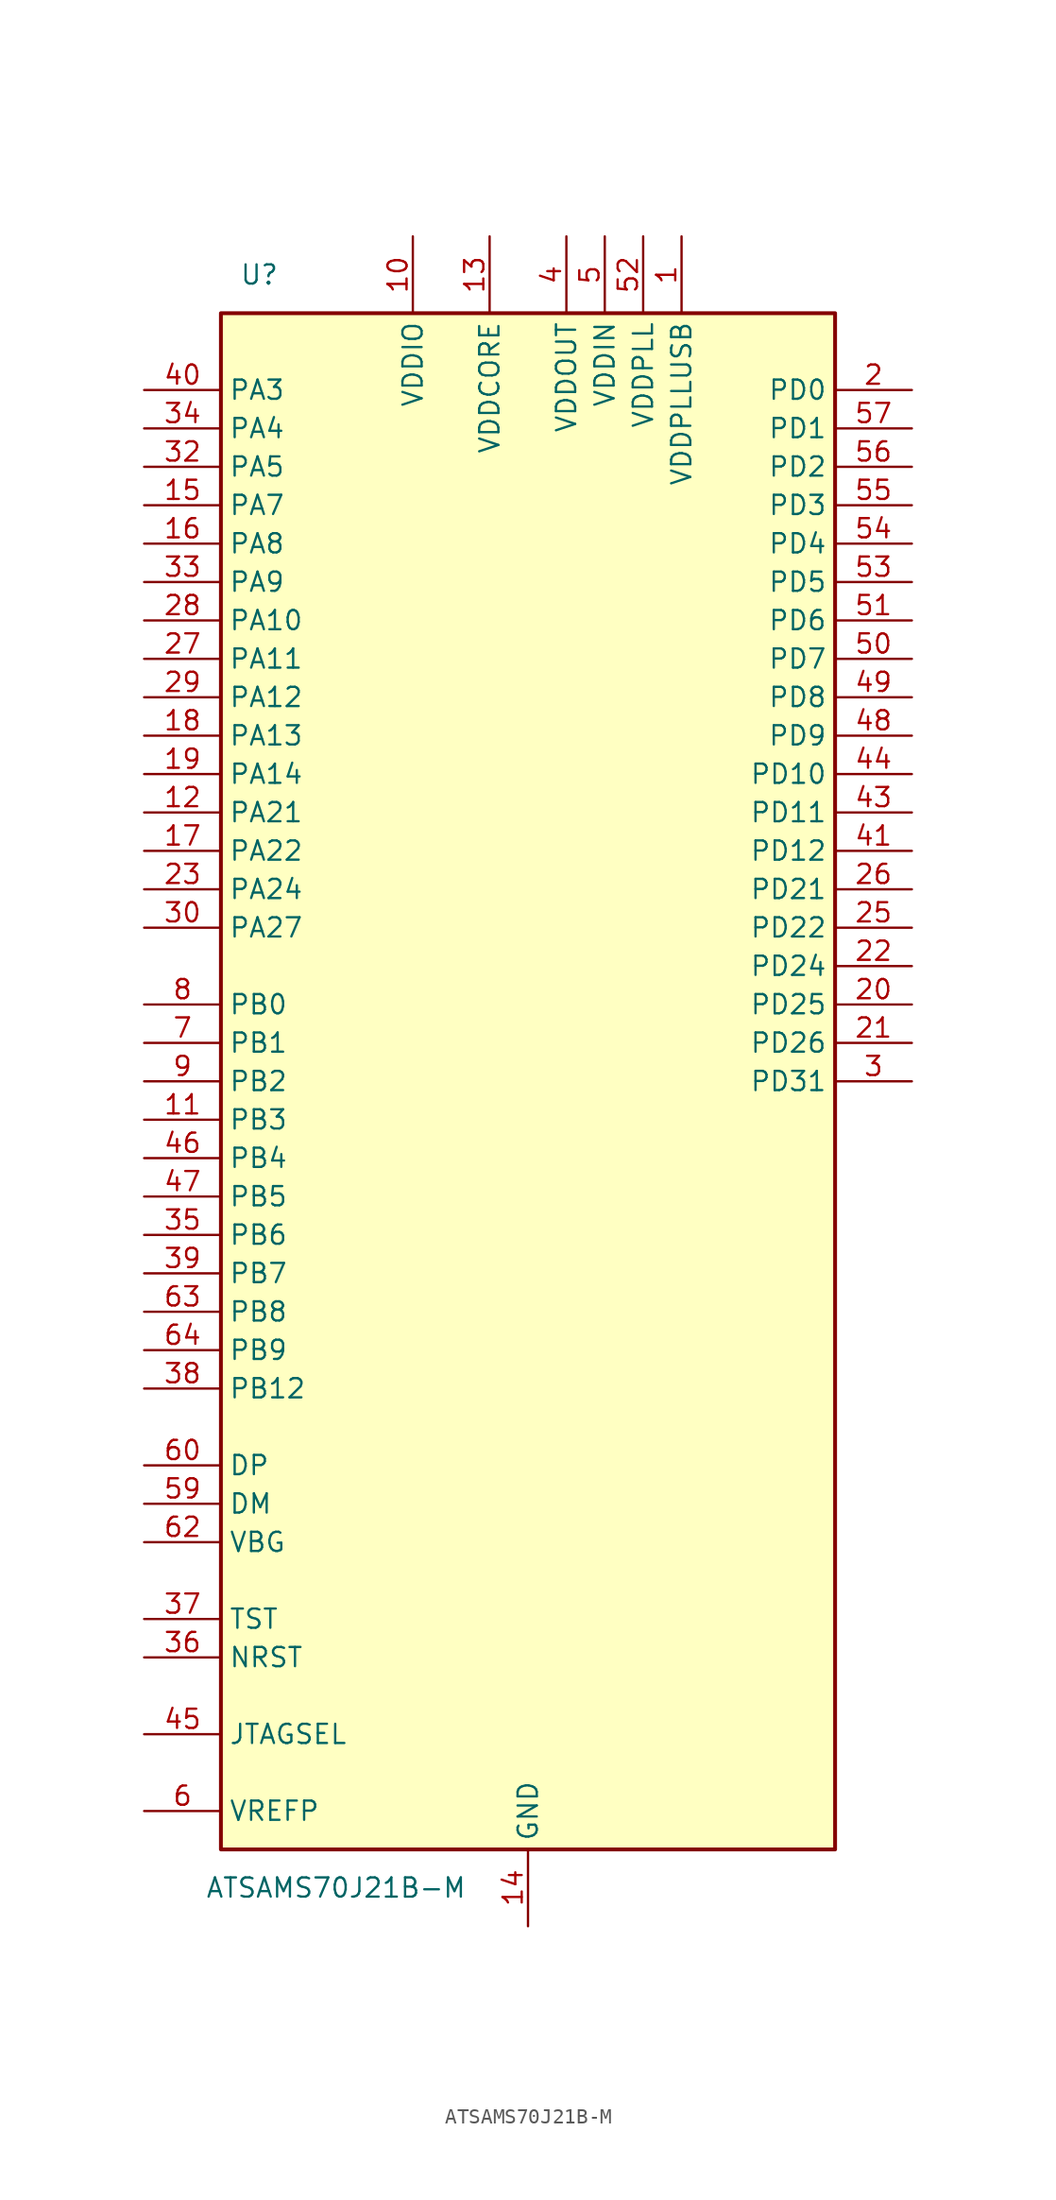
<source format=kicad_sym>
(kicad_symbol_lib
  (version 20201005)
  (generator kicad_symbol_editor)
  (symbol "mcu:ATSAMS70J21B-M"
    (property "Reference" "U"
      (at -17.78 53.34 0)
      (effects (font (size 1.27 1.27))))
    (property "Value" "ATSAMS70J21B-M"
      (at -12.7 -53.34 0)
      (effects (font (size 1.27 1.27))))
    (symbol "ATSAMS70J21B-M_1_1"
      (rectangle (start -20.32 50.8) (end 20.32 -50.8) (stroke (width 0.254)) (fill (type background)))
      (pin power_in line (at 10.16 55.88 270) (length 5.08) (name "VDDPLLUSB" (effects (font (size 1.27 1.27)))) (number "1" (effects (font (size 1.27 1.27)))))
      (pin power_in line (at -7.62 55.88 270) (length 5.08) (name "VDDIO" (effects (font (size 1.27 1.27)))) (number "10" (effects (font (size 1.27 1.27)))))
      (pin bidirectional line (at -25.4 -2.54 0) (length 5.08) (name "PB3" (effects (font (size 1.27 1.27)))) (number "11" (effects (font (size 1.27 1.27)))))
      (pin bidirectional line (at -25.4 17.78 0) (length 5.08) (name "PA21" (effects (font (size 1.27 1.27)))) (number "12" (effects (font (size 1.27 1.27)))))
      (pin power_in line (at -2.54 55.88 270) (length 5.08) (name "VDDCORE" (effects (font (size 1.27 1.27)))) (number "13" (effects (font (size 1.27 1.27)))))
      (pin power_in line (at 0 -55.88 90) (length 5.08) (name "GND" (effects (font (size 1.27 1.27)))) (number "14" (effects (font (size 1.27 1.27)))))
      (pin bidirectional line (at -25.4 38.1 0) (length 5.08) (name "PA7" (effects (font (size 1.27 1.27)))) (number "15" (effects (font (size 1.27 1.27)))))
      (pin bidirectional line (at -25.4 35.56 0) (length 5.08) (name "PA8" (effects (font (size 1.27 1.27)))) (number "16" (effects (font (size 1.27 1.27)))))
      (pin bidirectional line (at -25.4 15.24 0) (length 5.08) (name "PA22" (effects (font (size 1.27 1.27)))) (number "17" (effects (font (size 1.27 1.27)))))
      (pin bidirectional line (at -25.4 22.86 0) (length 5.08) (name "PA13" (effects (font (size 1.27 1.27)))) (number "18" (effects (font (size 1.27 1.27)))))
      (pin bidirectional line (at -25.4 20.32 0) (length 5.08) (name "PA14" (effects (font (size 1.27 1.27)))) (number "19" (effects (font (size 1.27 1.27)))))
      (pin bidirectional line (at 25.4 45.72 180) (length 5.08) (name "PD0" (effects (font (size 1.27 1.27)))) (number "2" (effects (font (size 1.27 1.27)))))
      (pin bidirectional line (at 25.4 5.08 180) (length 5.08) (name "PD25" (effects (font (size 1.27 1.27)))) (number "20" (effects (font (size 1.27 1.27)))))
      (pin bidirectional line (at 25.4 2.54 180) (length 5.08) (name "PD26" (effects (font (size 1.27 1.27)))) (number "21" (effects (font (size 1.27 1.27)))))
      (pin bidirectional line (at 25.4 7.62 180) (length 5.08) (name "PD24" (effects (font (size 1.27 1.27)))) (number "22" (effects (font (size 1.27 1.27)))))
      (pin bidirectional line (at -25.4 12.7 0) (length 5.08) (name "PA24" (effects (font (size 1.27 1.27)))) (number "23" (effects (font (size 1.27 1.27)))))
      (pin passive line (at -2.54 55.88 270) (length 5.08) hide (name "VDDCORE" (effects (font (size 1.27 1.27)))) (number "24" (effects (font (size 1.27 1.27)))))
      (pin bidirectional line (at 25.4 10.16 180) (length 5.08) (name "PD22" (effects (font (size 1.27 1.27)))) (number "25" (effects (font (size 1.27 1.27)))))
      (pin bidirectional line (at 25.4 12.7 180) (length 5.08) (name "PD21" (effects (font (size 1.27 1.27)))) (number "26" (effects (font (size 1.27 1.27)))))
      (pin bidirectional line (at -25.4 27.94 0) (length 5.08) (name "PA11" (effects (font (size 1.27 1.27)))) (number "27" (effects (font (size 1.27 1.27)))))
      (pin bidirectional line (at -25.4 30.48 0) (length 5.08) (name "PA10" (effects (font (size 1.27 1.27)))) (number "28" (effects (font (size 1.27 1.27)))))
      (pin bidirectional line (at -25.4 25.4 0) (length 5.08) (name "PA12" (effects (font (size 1.27 1.27)))) (number "29" (effects (font (size 1.27 1.27)))))
      (pin bidirectional line (at 25.4 0 180) (length 5.08) (name "PD31" (effects (font (size 1.27 1.27)))) (number "3" (effects (font (size 1.27 1.27)))))
      (pin bidirectional line (at -25.4 10.16 0) (length 5.08) (name "PA27" (effects (font (size 1.27 1.27)))) (number "30" (effects (font (size 1.27 1.27)))))
      (pin passive line (at 0 -55.88 90) (length 5.08) hide (name "GND" (effects (font (size 1.27 1.27)))) (number "31" (effects (font (size 1.27 1.27)))))
      (pin bidirectional line (at -25.4 40.64 0) (length 5.08) (name "PA5" (effects (font (size 1.27 1.27)))) (number "32" (effects (font (size 1.27 1.27)))))
      (pin bidirectional line (at -25.4 33.02 0) (length 5.08) (name "PA9" (effects (font (size 1.27 1.27)))) (number "33" (effects (font (size 1.27 1.27)))))
      (pin bidirectional line (at -25.4 43.18 0) (length 5.08) (name "PA4" (effects (font (size 1.27 1.27)))) (number "34" (effects (font (size 1.27 1.27)))))
      (pin bidirectional line (at -25.4 -10.16 0) (length 5.08) (name "PB6" (effects (font (size 1.27 1.27)))) (number "35" (effects (font (size 1.27 1.27)))))
      (pin bidirectional line (at -25.4 -38.1 0) (length 5.08) (name "NRST" (effects (font (size 1.27 1.27)))) (number "36" (effects (font (size 1.27 1.27)))))
      (pin input line (at -25.4 -35.56 0) (length 5.08) (name "TST" (effects (font (size 1.27 1.27)))) (number "37" (effects (font (size 1.27 1.27)))))
      (pin bidirectional line (at -25.4 -20.32 0) (length 5.08) (name "PB12" (effects (font (size 1.27 1.27)))) (number "38" (effects (font (size 1.27 1.27)))))
      (pin bidirectional line (at -25.4 -12.7 0) (length 5.08) (name "PB7" (effects (font (size 1.27 1.27)))) (number "39" (effects (font (size 1.27 1.27)))))
      (pin power_in line (at 2.54 55.88 270) (length 5.08) (name "VDDOUT" (effects (font (size 1.27 1.27)))) (number "4" (effects (font (size 1.27 1.27)))))
      (pin bidirectional line (at -25.4 45.72 0) (length 5.08) (name "PA3" (effects (font (size 1.27 1.27)))) (number "40" (effects (font (size 1.27 1.27)))))
      (pin bidirectional line (at 25.4 15.24 180) (length 5.08) (name "PD12" (effects (font (size 1.27 1.27)))) (number "41" (effects (font (size 1.27 1.27)))))
      (pin passive line (at -7.62 55.88 270) (length 5.08) hide (name "VDDIO" (effects (font (size 1.27 1.27)))) (number "42" (effects (font (size 1.27 1.27)))))
      (pin bidirectional line (at 25.4 17.78 180) (length 5.08) (name "PD11" (effects (font (size 1.27 1.27)))) (number "43" (effects (font (size 1.27 1.27)))))
      (pin bidirectional line (at 25.4 20.32 180) (length 5.08) (name "PD10" (effects (font (size 1.27 1.27)))) (number "44" (effects (font (size 1.27 1.27)))))
      (pin input line (at -25.4 -43.18 0) (length 5.08) (name "JTAGSEL" (effects (font (size 1.27 1.27)))) (number "45" (effects (font (size 1.27 1.27)))))
      (pin bidirectional line (at -25.4 -5.08 0) (length 5.08) (name "PB4" (effects (font (size 1.27 1.27)))) (number "46" (effects (font (size 1.27 1.27)))))
      (pin bidirectional line (at -25.4 -7.62 0) (length 5.08) (name "PB5" (effects (font (size 1.27 1.27)))) (number "47" (effects (font (size 1.27 1.27)))))
      (pin bidirectional line (at 25.4 22.86 180) (length 5.08) (name "PD9" (effects (font (size 1.27 1.27)))) (number "48" (effects (font (size 1.27 1.27)))))
      (pin bidirectional line (at 25.4 25.4 180) (length 5.08) (name "PD8" (effects (font (size 1.27 1.27)))) (number "49" (effects (font (size 1.27 1.27)))))
      (pin power_in line (at 5.08 55.88 270) (length 5.08) (name "VDDIN" (effects (font (size 1.27 1.27)))) (number "5" (effects (font (size 1.27 1.27)))))
      (pin bidirectional line (at 25.4 27.94 180) (length 5.08) (name "PD7" (effects (font (size 1.27 1.27)))) (number "50" (effects (font (size 1.27 1.27)))))
      (pin bidirectional line (at 25.4 30.48 180) (length 5.08) (name "PD6" (effects (font (size 1.27 1.27)))) (number "51" (effects (font (size 1.27 1.27)))))
      (pin power_in line (at 7.62 55.88 270) (length 5.08) (name "VDDPLL" (effects (font (size 1.27 1.27)))) (number "52" (effects (font (size 1.27 1.27)))))
      (pin bidirectional line (at 25.4 33.02 180) (length 5.08) (name "PD5" (effects (font (size 1.27 1.27)))) (number "53" (effects (font (size 1.27 1.27)))))
      (pin bidirectional line (at 25.4 35.56 180) (length 5.08) (name "PD4" (effects (font (size 1.27 1.27)))) (number "54" (effects (font (size 1.27 1.27)))))
      (pin bidirectional line (at 25.4 38.1 180) (length 5.08) (name "PD3" (effects (font (size 1.27 1.27)))) (number "55" (effects (font (size 1.27 1.27)))))
      (pin bidirectional line (at 25.4 40.64 180) (length 5.08) (name "PD2" (effects (font (size 1.27 1.27)))) (number "56" (effects (font (size 1.27 1.27)))))
      (pin bidirectional line (at 25.4 43.18 180) (length 5.08) (name "PD1" (effects (font (size 1.27 1.27)))) (number "57" (effects (font (size 1.27 1.27)))))
      (pin passive line (at -7.62 55.88 270) (length 5.08) hide (name "VDDIO" (effects (font (size 1.27 1.27)))) (number "58" (effects (font (size 1.27 1.27)))))
      (pin bidirectional line (at -25.4 -27.94 0) (length 5.08) (name "DM" (effects (font (size 1.27 1.27)))) (number "59" (effects (font (size 1.27 1.27)))))
      (pin input line (at -25.4 -48.26 0) (length 5.08) (name "VREFP" (effects (font (size 1.27 1.27)))) (number "6" (effects (font (size 1.27 1.27)))))
      (pin bidirectional line (at -25.4 -25.4 0) (length 5.08) (name "DP" (effects (font (size 1.27 1.27)))) (number "60" (effects (font (size 1.27 1.27)))))
      (pin passive line (at -2.54 55.88 270) (length 5.08) hide (name "VDDCORE" (effects (font (size 1.27 1.27)))) (number "61" (effects (font (size 1.27 1.27)))))
      (pin bidirectional line (at -25.4 -30.48 0) (length 5.08) (name "VBG" (effects (font (size 1.27 1.27)))) (number "62" (effects (font (size 1.27 1.27)))))
      (pin bidirectional line (at -25.4 -15.24 0) (length 5.08) (name "PB8" (effects (font (size 1.27 1.27)))) (number "63" (effects (font (size 1.27 1.27)))))
      (pin bidirectional line (at -25.4 -17.78 0) (length 5.08) (name "PB9" (effects (font (size 1.27 1.27)))) (number "64" (effects (font (size 1.27 1.27)))))
      (pin passive line (at 0 -55.88 90) (length 5.08) hide (name "GND" (effects (font (size 1.27 1.27)))) (number "65" (effects (font (size 1.27 1.27)))))
      (pin bidirectional line (at -25.4 2.54 0) (length 5.08) (name "PB1" (effects (font (size 1.27 1.27)))) (number "7" (effects (font (size 1.27 1.27)))))
      (pin bidirectional line (at -25.4 5.08 0) (length 5.08) (name "PB0" (effects (font (size 1.27 1.27)))) (number "8" (effects (font (size 1.27 1.27)))))
      (pin bidirectional line (at -25.4 0 0) (length 5.08) (name "PB2" (effects (font (size 1.27 1.27)))) (number "9" (effects (font (size 1.27 1.27))))))))
</source>
